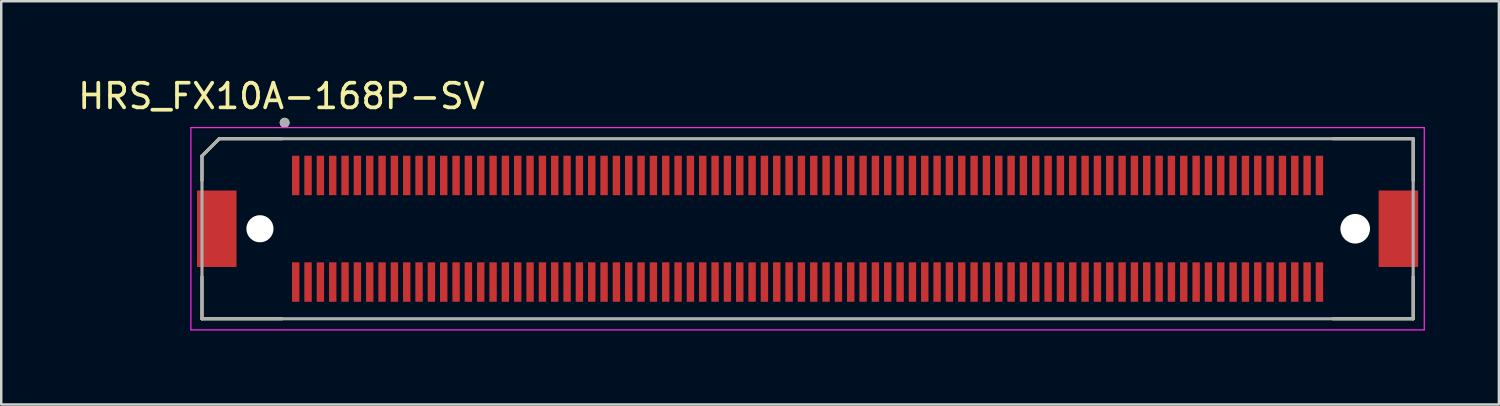
<source format=kicad_pcb>
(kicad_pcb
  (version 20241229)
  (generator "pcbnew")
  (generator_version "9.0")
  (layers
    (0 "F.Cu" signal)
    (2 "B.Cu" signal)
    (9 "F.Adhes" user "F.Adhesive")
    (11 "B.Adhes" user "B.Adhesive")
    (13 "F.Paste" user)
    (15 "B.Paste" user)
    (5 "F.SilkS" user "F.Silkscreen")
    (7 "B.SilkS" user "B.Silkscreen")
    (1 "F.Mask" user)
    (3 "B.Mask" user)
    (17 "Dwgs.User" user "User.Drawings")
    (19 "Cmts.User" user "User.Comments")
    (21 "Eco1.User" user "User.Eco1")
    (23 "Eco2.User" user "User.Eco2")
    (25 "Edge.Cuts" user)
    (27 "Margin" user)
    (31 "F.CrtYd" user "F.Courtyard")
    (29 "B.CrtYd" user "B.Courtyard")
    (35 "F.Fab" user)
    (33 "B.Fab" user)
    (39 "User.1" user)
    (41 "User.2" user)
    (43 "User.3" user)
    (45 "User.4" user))
  (footprint "HRS_FX10A-168P-SV"
    (layer "F.Cu")
    (at 29.688 6.223)
    (property "Reference" "HRS_FX10A-168P-SV" (at -21.325 -5.375 0) (layer "F.SilkS") (effects (font (size 1 1) (thickness 0.15))))
    (attr through_hole)
    (fp_line (start -24.55 -2.95) (end -24.55 -1.95) (stroke (width 0.127) (type solid)) (layer "F.SilkS"))
    (fp_line (start -24.55 -2.95) (end -23.85 -3.65) (stroke (width 0.127) (type solid)) (layer "F.SilkS"))
    (fp_line (start -24.55 3.65) (end -24.55 1.95) (stroke (width 0.127) (type solid)) (layer "F.SilkS"))
    (fp_line (start -23.85 -3.65) (end -21.3 -3.65) (stroke (width 0.127) (type solid)) (layer "F.SilkS"))
    (fp_line (start -21.3 3.65) (end -24.55 3.65) (stroke (width 0.127) (type solid)) (layer "F.SilkS"))
    (fp_line (start 21.3 -3.65) (end 24.55 -3.65) (stroke (width 0.127) (type solid)) (layer "F.SilkS"))
    (fp_line (start 24.55 -3.65) (end 24.55 -1.95) (stroke (width 0.127) (type solid)) (layer "F.SilkS"))
    (fp_line (start 24.55 1.95) (end 24.55 3.65) (stroke (width 0.127) (type solid)) (layer "F.SilkS"))
    (fp_line (start 24.55 3.65) (end 21.3 3.65) (stroke (width 0.127) (type solid)) (layer "F.SilkS"))
    (fp_circle (center -21.2 -4.3) (end -21.1 -4.3) (stroke (width 0.2) (type solid)) (fill no) (layer "F.SilkS"))
    (fp_poly (pts (xy -20.875 -2.961) (xy -20.625 -2.961) (xy -20.625 -1.361) (xy -20.875 -1.361)) (stroke (width 0.01) (type solid)) (fill yes) (layer "F.Paste"))
    (fp_poly (pts (xy -20.875 1.361) (xy -20.625 1.361) (xy -20.625 2.961) (xy -20.875 2.961)) (stroke (width 0.01) (type solid)) (fill yes) (layer "F.Paste"))
    (fp_poly (pts (xy -20.375 -2.961) (xy -20.125 -2.961) (xy -20.125 -1.361) (xy -20.375 -1.361)) (stroke (width 0.01) (type solid)) (fill yes) (layer "F.Paste"))
    (fp_poly (pts (xy -20.375 1.361) (xy -20.125 1.361) (xy -20.125 2.961) (xy -20.375 2.961)) (stroke (width 0.01) (type solid)) (fill yes) (layer "F.Paste"))
    (fp_poly (pts (xy -19.875 -2.961) (xy -19.625 -2.961) (xy -19.625 -1.361) (xy -19.875 -1.361)) (stroke (width 0.01) (type solid)) (fill yes) (layer "F.Paste"))
    (fp_poly (pts (xy -19.875 1.361) (xy -19.625 1.361) (xy -19.625 2.961) (xy -19.875 2.961)) (stroke (width 0.01) (type solid)) (fill yes) (layer "F.Paste"))
    (fp_poly (pts (xy -19.375 -2.961) (xy -19.125 -2.961) (xy -19.125 -1.361) (xy -19.375 -1.361)) (stroke (width 0.01) (type solid)) (fill yes) (layer "F.Paste"))
    (fp_poly (pts (xy -19.375 1.361) (xy -19.125 1.361) (xy -19.125 2.961) (xy -19.375 2.961)) (stroke (width 0.01) (type solid)) (fill yes) (layer "F.Paste"))
    (fp_poly (pts (xy -18.875 -2.961) (xy -18.625 -2.961) (xy -18.625 -1.361) (xy -18.875 -1.361)) (stroke (width 0.01) (type solid)) (fill yes) (layer "F.Paste"))
    (fp_poly (pts (xy -18.875 1.361) (xy -18.625 1.361) (xy -18.625 2.961) (xy -18.875 2.961)) (stroke (width 0.01) (type solid)) (fill yes) (layer "F.Paste"))
    (fp_poly (pts (xy -18.375 -2.961) (xy -18.125 -2.961) (xy -18.125 -1.361) (xy -18.375 -1.361)) (stroke (width 0.01) (type solid)) (fill yes) (layer "F.Paste"))
    (fp_poly (pts (xy -18.375 1.361) (xy -18.125 1.361) (xy -18.125 2.961) (xy -18.375 2.961)) (stroke (width 0.01) (type solid)) (fill yes) (layer "F.Paste"))
    (fp_poly (pts (xy -17.875 -2.961) (xy -17.625 -2.961) (xy -17.625 -1.361) (xy -17.875 -1.361)) (stroke (width 0.01) (type solid)) (fill yes) (layer "F.Paste"))
    (fp_poly (pts (xy -17.875 1.361) (xy -17.625 1.361) (xy -17.625 2.961) (xy -17.875 2.961)) (stroke (width 0.01) (type solid)) (fill yes) (layer "F.Paste"))
    (fp_poly (pts (xy -17.375 -2.961) (xy -17.125 -2.961) (xy -17.125 -1.361) (xy -17.375 -1.361)) (stroke (width 0.01) (type solid)) (fill yes) (layer "F.Paste"))
    (fp_poly (pts (xy -17.375 1.361) (xy -17.125 1.361) (xy -17.125 2.961) (xy -17.375 2.961)) (stroke (width 0.01) (type solid)) (fill yes) (layer "F.Paste"))
    (fp_poly (pts (xy -16.875 -2.961) (xy -16.625 -2.961) (xy -16.625 -1.361) (xy -16.875 -1.361)) (stroke (width 0.01) (type solid)) (fill yes) (layer "F.Paste"))
    (fp_poly (pts (xy -16.875 1.361) (xy -16.625 1.361) (xy -16.625 2.961) (xy -16.875 2.961)) (stroke (width 0.01) (type solid)) (fill yes) (layer "F.Paste"))
    (fp_poly (pts (xy -16.375 -2.961) (xy -16.125 -2.961) (xy -16.125 -1.361) (xy -16.375 -1.361)) (stroke (width 0.01) (type solid)) (fill yes) (layer "F.Paste"))
    (fp_poly (pts (xy -16.375 1.361) (xy -16.125 1.361) (xy -16.125 2.961) (xy -16.375 2.961)) (stroke (width 0.01) (type solid)) (fill yes) (layer "F.Paste"))
    (fp_poly (pts (xy -15.875 -2.961) (xy -15.625 -2.961) (xy -15.625 -1.361) (xy -15.875 -1.361)) (stroke (width 0.01) (type solid)) (fill yes) (layer "F.Paste"))
    (fp_poly (pts (xy -15.875 1.361) (xy -15.625 1.361) (xy -15.625 2.961) (xy -15.875 2.961)) (stroke (width 0.01) (type solid)) (fill yes) (layer "F.Paste"))
    (fp_poly (pts (xy -15.375 -2.961) (xy -15.125 -2.961) (xy -15.125 -1.361) (xy -15.375 -1.361)) (stroke (width 0.01) (type solid)) (fill yes) (layer "F.Paste"))
    (fp_poly (pts (xy -15.375 1.361) (xy -15.125 1.361) (xy -15.125 2.961) (xy -15.375 2.961)) (stroke (width 0.01) (type solid)) (fill yes) (layer "F.Paste"))
    (fp_poly (pts (xy -14.875 -2.961) (xy -14.625 -2.961) (xy -14.625 -1.361) (xy -14.875 -1.361)) (stroke (width 0.01) (type solid)) (fill yes) (layer "F.Paste"))
    (fp_poly (pts (xy -14.875 1.361) (xy -14.625 1.361) (xy -14.625 2.961) (xy -14.875 2.961)) (stroke (width 0.01) (type solid)) (fill yes) (layer "F.Paste"))
    (fp_poly (pts (xy -14.375 -2.961) (xy -14.125 -2.961) (xy -14.125 -1.361) (xy -14.375 -1.361)) (stroke (width 0.01) (type solid)) (fill yes) (layer "F.Paste"))
    (fp_poly (pts (xy -14.375 1.361) (xy -14.125 1.361) (xy -14.125 2.961) (xy -14.375 2.961)) (stroke (width 0.01) (type solid)) (fill yes) (layer "F.Paste"))
    (fp_poly (pts (xy -13.875 -2.961) (xy -13.625 -2.961) (xy -13.625 -1.361) (xy -13.875 -1.361)) (stroke (width 0.01) (type solid)) (fill yes) (layer "F.Paste"))
    (fp_poly (pts (xy -13.875 1.361) (xy -13.625 1.361) (xy -13.625 2.961) (xy -13.875 2.961)) (stroke (width 0.01) (type solid)) (fill yes) (layer "F.Paste"))
    (fp_poly (pts (xy -13.375 -2.961) (xy -13.125 -2.961) (xy -13.125 -1.361) (xy -13.375 -1.361)) (stroke (width 0.01) (type solid)) (fill yes) (layer "F.Paste"))
    (fp_poly (pts (xy -13.375 1.361) (xy -13.125 1.361) (xy -13.125 2.961) (xy -13.375 2.961)) (stroke (width 0.01) (type solid)) (fill yes) (layer "F.Paste"))
    (fp_poly (pts (xy -12.875 -2.961) (xy -12.625 -2.961) (xy -12.625 -1.361) (xy -12.875 -1.361)) (stroke (width 0.01) (type solid)) (fill yes) (layer "F.Paste"))
    (fp_poly (pts (xy -12.875 1.361) (xy -12.625 1.361) (xy -12.625 2.961) (xy -12.875 2.961)) (stroke (width 0.01) (type solid)) (fill yes) (layer "F.Paste"))
    (fp_poly (pts (xy -12.375 -2.961) (xy -12.125 -2.961) (xy -12.125 -1.361) (xy -12.375 -1.361)) (stroke (width 0.01) (type solid)) (fill yes) (layer "F.Paste"))
    (fp_poly (pts (xy -12.375 1.361) (xy -12.125 1.361) (xy -12.125 2.961) (xy -12.375 2.961)) (stroke (width 0.01) (type solid)) (fill yes) (layer "F.Paste"))
    (fp_poly (pts (xy -11.875 -2.961) (xy -11.625 -2.961) (xy -11.625 -1.361) (xy -11.875 -1.361)) (stroke (width 0.01) (type solid)) (fill yes) (layer "F.Paste"))
    (fp_poly (pts (xy -11.875 1.361) (xy -11.625 1.361) (xy -11.625 2.961) (xy -11.875 2.961)) (stroke (width 0.01) (type solid)) (fill yes) (layer "F.Paste"))
    (fp_poly (pts (xy -11.375 -2.961) (xy -11.125 -2.961) (xy -11.125 -1.361) (xy -11.375 -1.361)) (stroke (width 0.01) (type solid)) (fill yes) (layer "F.Paste"))
    (fp_poly (pts (xy -11.375 1.361) (xy -11.125 1.361) (xy -11.125 2.961) (xy -11.375 2.961)) (stroke (width 0.01) (type solid)) (fill yes) (layer "F.Paste"))
    (fp_poly (pts (xy -10.875 -2.961) (xy -10.625 -2.961) (xy -10.625 -1.361) (xy -10.875 -1.361)) (stroke (width 0.01) (type solid)) (fill yes) (layer "F.Paste"))
    (fp_poly (pts (xy -10.875 1.361) (xy -10.625 1.361) (xy -10.625 2.961) (xy -10.875 2.961)) (stroke (width 0.01) (type solid)) (fill yes) (layer "F.Paste"))
    (fp_poly (pts (xy -10.375 -2.961) (xy -10.125 -2.961) (xy -10.125 -1.361) (xy -10.375 -1.361)) (stroke (width 0.01) (type solid)) (fill yes) (layer "F.Paste"))
    (fp_poly (pts (xy -10.375 1.361) (xy -10.125 1.361) (xy -10.125 2.961) (xy -10.375 2.961)) (stroke (width 0.01) (type solid)) (fill yes) (layer "F.Paste"))
    (fp_poly (pts (xy -9.875 -2.961) (xy -9.625 -2.961) (xy -9.625 -1.361) (xy -9.875 -1.361)) (stroke (width 0.01) (type solid)) (fill yes) (layer "F.Paste"))
    (fp_poly (pts (xy -9.875 1.361) (xy -9.625 1.361) (xy -9.625 2.961) (xy -9.875 2.961)) (stroke (width 0.01) (type solid)) (fill yes) (layer "F.Paste"))
    (fp_poly (pts (xy -9.375 -2.961) (xy -9.125 -2.961) (xy -9.125 -1.361) (xy -9.375 -1.361)) (stroke (width 0.01) (type solid)) (fill yes) (layer "F.Paste"))
    (fp_poly (pts (xy -9.375 1.361) (xy -9.125 1.361) (xy -9.125 2.961) (xy -9.375 2.961)) (stroke (width 0.01) (type solid)) (fill yes) (layer "F.Paste"))
    (fp_poly (pts (xy -8.875 -2.961) (xy -8.625 -2.961) (xy -8.625 -1.361) (xy -8.875 -1.361)) (stroke (width 0.01) (type solid)) (fill yes) (layer "F.Paste"))
    (fp_poly (pts (xy -8.875 1.361) (xy -8.625 1.361) (xy -8.625 2.961) (xy -8.875 2.961)) (stroke (width 0.01) (type solid)) (fill yes) (layer "F.Paste"))
    (fp_poly (pts (xy -8.375 -2.961) (xy -8.125 -2.961) (xy -8.125 -1.361) (xy -8.375 -1.361)) (stroke (width 0.01) (type solid)) (fill yes) (layer "F.Paste"))
    (fp_poly (pts (xy -8.375 1.361) (xy -8.125 1.361) (xy -8.125 2.961) (xy -8.375 2.961)) (stroke (width 0.01) (type solid)) (fill yes) (layer "F.Paste"))
    (fp_poly (pts (xy -7.875 -2.961) (xy -7.625 -2.961) (xy -7.625 -1.361) (xy -7.875 -1.361)) (stroke (width 0.01) (type solid)) (fill yes) (layer "F.Paste"))
    (fp_poly (pts (xy -7.875 1.361) (xy -7.625 1.361) (xy -7.625 2.961) (xy -7.875 2.961)) (stroke (width 0.01) (type solid)) (fill yes) (layer "F.Paste"))
    (fp_poly (pts (xy -7.375 -2.961) (xy -7.125 -2.961) (xy -7.125 -1.361) (xy -7.375 -1.361)) (stroke (width 0.01) (type solid)) (fill yes) (layer "F.Paste"))
    (fp_poly (pts (xy -7.375 1.361) (xy -7.125 1.361) (xy -7.125 2.961) (xy -7.375 2.961)) (stroke (width 0.01) (type solid)) (fill yes) (layer "F.Paste"))
    (fp_poly (pts (xy -6.875 -2.961) (xy -6.625 -2.961) (xy -6.625 -1.361) (xy -6.875 -1.361)) (stroke (width 0.01) (type solid)) (fill yes) (layer "F.Paste"))
    (fp_poly (pts (xy -6.875 1.361) (xy -6.625 1.361) (xy -6.625 2.961) (xy -6.875 2.961)) (stroke (width 0.01) (type solid)) (fill yes) (layer "F.Paste"))
    (fp_poly (pts (xy -6.375 -2.961) (xy -6.125 -2.961) (xy -6.125 -1.361) (xy -6.375 -1.361)) (stroke (width 0.01) (type solid)) (fill yes) (layer "F.Paste"))
    (fp_poly (pts (xy -6.375 1.361) (xy -6.125 1.361) (xy -6.125 2.961) (xy -6.375 2.961)) (stroke (width 0.01) (type solid)) (fill yes) (layer "F.Paste"))
    (fp_poly (pts (xy -5.875 -2.961) (xy -5.625 -2.961) (xy -5.625 -1.361) (xy -5.875 -1.361)) (stroke (width 0.01) (type solid)) (fill yes) (layer "F.Paste"))
    (fp_poly (pts (xy -5.875 1.361) (xy -5.625 1.361) (xy -5.625 2.961) (xy -5.875 2.961)) (stroke (width 0.01) (type solid)) (fill yes) (layer "F.Paste"))
    (fp_poly (pts (xy -5.375 -2.961) (xy -5.125 -2.961) (xy -5.125 -1.361) (xy -5.375 -1.361)) (stroke (width 0.01) (type solid)) (fill yes) (layer "F.Paste"))
    (fp_poly (pts (xy -5.375 1.361) (xy -5.125 1.361) (xy -5.125 2.961) (xy -5.375 2.961)) (stroke (width 0.01) (type solid)) (fill yes) (layer "F.Paste"))
    (fp_poly (pts (xy -4.875 -2.961) (xy -4.625 -2.961) (xy -4.625 -1.361) (xy -4.875 -1.361)) (stroke (width 0.01) (type solid)) (fill yes) (layer "F.Paste"))
    (fp_poly (pts (xy -4.875 1.361) (xy -4.625 1.361) (xy -4.625 2.961) (xy -4.875 2.961)) (stroke (width 0.01) (type solid)) (fill yes) (layer "F.Paste"))
    (fp_poly (pts (xy -4.375 -2.961) (xy -4.125 -2.961) (xy -4.125 -1.361) (xy -4.375 -1.361)) (stroke (width 0.01) (type solid)) (fill yes) (layer "F.Paste"))
    (fp_poly (pts (xy -4.375 1.361) (xy -4.125 1.361) (xy -4.125 2.961) (xy -4.375 2.961)) (stroke (width 0.01) (type solid)) (fill yes) (layer "F.Paste"))
    (fp_poly (pts (xy -3.875 -2.961) (xy -3.625 -2.961) (xy -3.625 -1.361) (xy -3.875 -1.361)) (stroke (width 0.01) (type solid)) (fill yes) (layer "F.Paste"))
    (fp_poly (pts (xy -3.875 1.361) (xy -3.625 1.361) (xy -3.625 2.961) (xy -3.875 2.961)) (stroke (width 0.01) (type solid)) (fill yes) (layer "F.Paste"))
    (fp_poly (pts (xy -3.375 -2.961) (xy -3.125 -2.961) (xy -3.125 -1.361) (xy -3.375 -1.361)) (stroke (width 0.01) (type solid)) (fill yes) (layer "F.Paste"))
    (fp_poly (pts (xy -3.375 1.361) (xy -3.125 1.361) (xy -3.125 2.961) (xy -3.375 2.961)) (stroke (width 0.01) (type solid)) (fill yes) (layer "F.Paste"))
    (fp_poly (pts (xy -2.875 -2.961) (xy -2.625 -2.961) (xy -2.625 -1.361) (xy -2.875 -1.361)) (stroke (width 0.01) (type solid)) (fill yes) (layer "F.Paste"))
    (fp_poly (pts (xy -2.875 1.361) (xy -2.625 1.361) (xy -2.625 2.961) (xy -2.875 2.961)) (stroke (width 0.01) (type solid)) (fill yes) (layer "F.Paste"))
    (fp_poly (pts (xy -2.375 -2.961) (xy -2.125 -2.961) (xy -2.125 -1.361) (xy -2.375 -1.361)) (stroke (width 0.01) (type solid)) (fill yes) (layer "F.Paste"))
    (fp_poly (pts (xy -2.375 1.361) (xy -2.125 1.361) (xy -2.125 2.961) (xy -2.375 2.961)) (stroke (width 0.01) (type solid)) (fill yes) (layer "F.Paste"))
    (fp_poly (pts (xy -1.875 -2.961) (xy -1.625 -2.961) (xy -1.625 -1.361) (xy -1.875 -1.361)) (stroke (width 0.01) (type solid)) (fill yes) (layer "F.Paste"))
    (fp_poly (pts (xy -1.875 1.361) (xy -1.625 1.361) (xy -1.625 2.961) (xy -1.875 2.961)) (stroke (width 0.01) (type solid)) (fill yes) (layer "F.Paste"))
    (fp_poly (pts (xy -1.375 -2.961) (xy -1.125 -2.961) (xy -1.125 -1.361) (xy -1.375 -1.361)) (stroke (width 0.01) (type solid)) (fill yes) (layer "F.Paste"))
    (fp_poly (pts (xy -1.375 1.361) (xy -1.125 1.361) (xy -1.125 2.961) (xy -1.375 2.961)) (stroke (width 0.01) (type solid)) (fill yes) (layer "F.Paste"))
    (fp_poly (pts (xy -0.875 -2.961) (xy -0.625 -2.961) (xy -0.625 -1.361) (xy -0.875 -1.361)) (stroke (width 0.01) (type solid)) (fill yes) (layer "F.Paste"))
    (fp_poly (pts (xy -0.875 1.361) (xy -0.625 1.361) (xy -0.625 2.961) (xy -0.875 2.961)) (stroke (width 0.01) (type solid)) (fill yes) (layer "F.Paste"))
    (fp_poly (pts (xy -0.375 -2.961) (xy -0.125 -2.961) (xy -0.125 -1.361) (xy -0.375 -1.361)) (stroke (width 0.01) (type solid)) (fill yes) (layer "F.Paste"))
    (fp_poly (pts (xy -0.375 1.361) (xy -0.125 1.361) (xy -0.125 2.961) (xy -0.375 2.961)) (stroke (width 0.01) (type solid)) (fill yes) (layer "F.Paste"))
    (fp_poly (pts (xy 0.125 -2.961) (xy 0.375 -2.961) (xy 0.375 -1.361) (xy 0.125 -1.361)) (stroke (width 0.01) (type solid)) (fill yes) (layer "F.Paste"))
    (fp_poly (pts (xy 0.125 1.361) (xy 0.375 1.361) (xy 0.375 2.961) (xy 0.125 2.961)) (stroke (width 0.01) (type solid)) (fill yes) (layer "F.Paste"))
    (fp_poly (pts (xy 0.625 -2.961) (xy 0.875 -2.961) (xy 0.875 -1.361) (xy 0.625 -1.361)) (stroke (width 0.01) (type solid)) (fill yes) (layer "F.Paste"))
    (fp_poly (pts (xy 0.625 1.361) (xy 0.875 1.361) (xy 0.875 2.961) (xy 0.625 2.961)) (stroke (width 0.01) (type solid)) (fill yes) (layer "F.Paste"))
    (fp_poly (pts (xy 1.125 -2.961) (xy 1.375 -2.961) (xy 1.375 -1.361) (xy 1.125 -1.361)) (stroke (width 0.01) (type solid)) (fill yes) (layer "F.Paste"))
    (fp_poly (pts (xy 1.125 1.361) (xy 1.375 1.361) (xy 1.375 2.961) (xy 1.125 2.961)) (stroke (width 0.01) (type solid)) (fill yes) (layer "F.Paste"))
    (fp_poly (pts (xy 1.625 -2.961) (xy 1.875 -2.961) (xy 1.875 -1.361) (xy 1.625 -1.361)) (stroke (width 0.01) (type solid)) (fill yes) (layer "F.Paste"))
    (fp_poly (pts (xy 1.625 1.361) (xy 1.875 1.361) (xy 1.875 2.961) (xy 1.625 2.961)) (stroke (width 0.01) (type solid)) (fill yes) (layer "F.Paste"))
    (fp_poly (pts (xy 2.125 -2.961) (xy 2.375 -2.961) (xy 2.375 -1.361) (xy 2.125 -1.361)) (stroke (width 0.01) (type solid)) (fill yes) (layer "F.Paste"))
    (fp_poly (pts (xy 2.125 1.361) (xy 2.375 1.361) (xy 2.375 2.961) (xy 2.125 2.961)) (stroke (width 0.01) (type solid)) (fill yes) (layer "F.Paste"))
    (fp_poly (pts (xy 2.625 -2.961) (xy 2.875 -2.961) (xy 2.875 -1.361) (xy 2.625 -1.361)) (stroke (width 0.01) (type solid)) (fill yes) (layer "F.Paste"))
    (fp_poly (pts (xy 2.625 1.361) (xy 2.875 1.361) (xy 2.875 2.961) (xy 2.625 2.961)) (stroke (width 0.01) (type solid)) (fill yes) (layer "F.Paste"))
    (fp_poly (pts (xy 3.125 -2.961) (xy 3.375 -2.961) (xy 3.375 -1.361) (xy 3.125 -1.361)) (stroke (width 0.01) (type solid)) (fill yes) (layer "F.Paste"))
    (fp_poly (pts (xy 3.125 1.361) (xy 3.375 1.361) (xy 3.375 2.961) (xy 3.125 2.961)) (stroke (width 0.01) (type solid)) (fill yes) (layer "F.Paste"))
    (fp_poly (pts (xy 3.625 -2.961) (xy 3.875 -2.961) (xy 3.875 -1.361) (xy 3.625 -1.361)) (stroke (width 0.01) (type solid)) (fill yes) (layer "F.Paste"))
    (fp_poly (pts (xy 3.625 1.361) (xy 3.875 1.361) (xy 3.875 2.961) (xy 3.625 2.961)) (stroke (width 0.01) (type solid)) (fill yes) (layer "F.Paste"))
    (fp_poly (pts (xy 4.125 -2.961) (xy 4.375 -2.961) (xy 4.375 -1.361) (xy 4.125 -1.361)) (stroke (width 0.01) (type solid)) (fill yes) (layer "F.Paste"))
    (fp_poly (pts (xy 4.125 1.361) (xy 4.375 1.361) (xy 4.375 2.961) (xy 4.125 2.961)) (stroke (width 0.01) (type solid)) (fill yes) (layer "F.Paste"))
    (fp_poly (pts (xy 4.625 -2.961) (xy 4.875 -2.961) (xy 4.875 -1.361) (xy 4.625 -1.361)) (stroke (width 0.01) (type solid)) (fill yes) (layer "F.Paste"))
    (fp_poly (pts (xy 4.625 1.361) (xy 4.875 1.361) (xy 4.875 2.961) (xy 4.625 2.961)) (stroke (width 0.01) (type solid)) (fill yes) (layer "F.Paste"))
    (fp_poly (pts (xy 5.125 -2.961) (xy 5.375 -2.961) (xy 5.375 -1.361) (xy 5.125 -1.361)) (stroke (width 0.01) (type solid)) (fill yes) (layer "F.Paste"))
    (fp_poly (pts (xy 5.125 1.361) (xy 5.375 1.361) (xy 5.375 2.961) (xy 5.125 2.961)) (stroke (width 0.01) (type solid)) (fill yes) (layer "F.Paste"))
    (fp_poly (pts (xy 5.625 -2.961) (xy 5.875 -2.961) (xy 5.875 -1.361) (xy 5.625 -1.361)) (stroke (width 0.01) (type solid)) (fill yes) (layer "F.Paste"))
    (fp_poly (pts (xy 5.625 1.361) (xy 5.875 1.361) (xy 5.875 2.961) (xy 5.625 2.961)) (stroke (width 0.01) (type solid)) (fill yes) (layer "F.Paste"))
    (fp_poly (pts (xy 6.125 -2.961) (xy 6.375 -2.961) (xy 6.375 -1.361) (xy 6.125 -1.361)) (stroke (width 0.01) (type solid)) (fill yes) (layer "F.Paste"))
    (fp_poly (pts (xy 6.125 1.361) (xy 6.375 1.361) (xy 6.375 2.961) (xy 6.125 2.961)) (stroke (width 0.01) (type solid)) (fill yes) (layer "F.Paste"))
    (fp_poly (pts (xy 6.625 -2.961) (xy 6.875 -2.961) (xy 6.875 -1.361) (xy 6.625 -1.361)) (stroke (width 0.01) (type solid)) (fill yes) (layer "F.Paste"))
    (fp_poly (pts (xy 6.625 1.361) (xy 6.875 1.361) (xy 6.875 2.961) (xy 6.625 2.961)) (stroke (width 0.01) (type solid)) (fill yes) (layer "F.Paste"))
    (fp_poly (pts (xy 7.125 -2.961) (xy 7.375 -2.961) (xy 7.375 -1.361) (xy 7.125 -1.361)) (stroke (width 0.01) (type solid)) (fill yes) (layer "F.Paste"))
    (fp_poly (pts (xy 7.125 1.361) (xy 7.375 1.361) (xy 7.375 2.961) (xy 7.125 2.961)) (stroke (width 0.01) (type solid)) (fill yes) (layer "F.Paste"))
    (fp_poly (pts (xy 7.625 -2.961) (xy 7.875 -2.961) (xy 7.875 -1.361) (xy 7.625 -1.361)) (stroke (width 0.01) (type solid)) (fill yes) (layer "F.Paste"))
    (fp_poly (pts (xy 7.625 1.361) (xy 7.875 1.361) (xy 7.875 2.961) (xy 7.625 2.961)) (stroke (width 0.01) (type solid)) (fill yes) (layer "F.Paste"))
    (fp_poly (pts (xy 8.125 -2.961) (xy 8.375 -2.961) (xy 8.375 -1.361) (xy 8.125 -1.361)) (stroke (width 0.01) (type solid)) (fill yes) (layer "F.Paste"))
    (fp_poly (pts (xy 8.125 1.361) (xy 8.375 1.361) (xy 8.375 2.961) (xy 8.125 2.961)) (stroke (width 0.01) (type solid)) (fill yes) (layer "F.Paste"))
    (fp_poly (pts (xy 8.625 -2.961) (xy 8.875 -2.961) (xy 8.875 -1.361) (xy 8.625 -1.361)) (stroke (width 0.01) (type solid)) (fill yes) (layer "F.Paste"))
    (fp_poly (pts (xy 8.625 1.361) (xy 8.875 1.361) (xy 8.875 2.961) (xy 8.625 2.961)) (stroke (width 0.01) (type solid)) (fill yes) (layer "F.Paste"))
    (fp_poly (pts (xy 9.125 -2.961) (xy 9.375 -2.961) (xy 9.375 -1.361) (xy 9.125 -1.361)) (stroke (width 0.01) (type solid)) (fill yes) (layer "F.Paste"))
    (fp_poly (pts (xy 9.125 1.361) (xy 9.375 1.361) (xy 9.375 2.961) (xy 9.125 2.961)) (stroke (width 0.01) (type solid)) (fill yes) (layer "F.Paste"))
    (fp_poly (pts (xy 9.625 -2.961) (xy 9.875 -2.961) (xy 9.875 -1.361) (xy 9.625 -1.361)) (stroke (width 0.01) (type solid)) (fill yes) (layer "F.Paste"))
    (fp_poly (pts (xy 9.625 1.361) (xy 9.875 1.361) (xy 9.875 2.961) (xy 9.625 2.961)) (stroke (width 0.01) (type solid)) (fill yes) (layer "F.Paste"))
    (fp_poly (pts (xy 10.125 -2.961) (xy 10.375 -2.961) (xy 10.375 -1.361) (xy 10.125 -1.361)) (stroke (width 0.01) (type solid)) (fill yes) (layer "F.Paste"))
    (fp_poly (pts (xy 10.125 1.361) (xy 10.375 1.361) (xy 10.375 2.961) (xy 10.125 2.961)) (stroke (width 0.01) (type solid)) (fill yes) (layer "F.Paste"))
    (fp_poly (pts (xy 10.625 -2.961) (xy 10.875 -2.961) (xy 10.875 -1.361) (xy 10.625 -1.361)) (stroke (width 0.01) (type solid)) (fill yes) (layer "F.Paste"))
    (fp_poly (pts (xy 10.625 1.361) (xy 10.875 1.361) (xy 10.875 2.961) (xy 10.625 2.961)) (stroke (width 0.01) (type solid)) (fill yes) (layer "F.Paste"))
    (fp_poly (pts (xy 11.125 -2.961) (xy 11.375 -2.961) (xy 11.375 -1.361) (xy 11.125 -1.361)) (stroke (width 0.01) (type solid)) (fill yes) (layer "F.Paste"))
    (fp_poly (pts (xy 11.125 1.361) (xy 11.375 1.361) (xy 11.375 2.961) (xy 11.125 2.961)) (stroke (width 0.01) (type solid)) (fill yes) (layer "F.Paste"))
    (fp_poly (pts (xy 11.625 -2.961) (xy 11.875 -2.961) (xy 11.875 -1.361) (xy 11.625 -1.361)) (stroke (width 0.01) (type solid)) (fill yes) (layer "F.Paste"))
    (fp_poly (pts (xy 11.625 1.361) (xy 11.875 1.361) (xy 11.875 2.961) (xy 11.625 2.961)) (stroke (width 0.01) (type solid)) (fill yes) (layer "F.Paste"))
    (fp_poly (pts (xy 12.125 -2.961) (xy 12.375 -2.961) (xy 12.375 -1.361) (xy 12.125 -1.361)) (stroke (width 0.01) (type solid)) (fill yes) (layer "F.Paste"))
    (fp_poly (pts (xy 12.125 1.361) (xy 12.375 1.361) (xy 12.375 2.961) (xy 12.125 2.961)) (stroke (width 0.01) (type solid)) (fill yes) (layer "F.Paste"))
    (fp_poly (pts (xy 12.625 -2.961) (xy 12.875 -2.961) (xy 12.875 -1.361) (xy 12.625 -1.361)) (stroke (width 0.01) (type solid)) (fill yes) (layer "F.Paste"))
    (fp_poly (pts (xy 12.625 1.361) (xy 12.875 1.361) (xy 12.875 2.961) (xy 12.625 2.961)) (stroke (width 0.01) (type solid)) (fill yes) (layer "F.Paste"))
    (fp_poly (pts (xy 13.125 -2.961) (xy 13.375 -2.961) (xy 13.375 -1.361) (xy 13.125 -1.361)) (stroke (width 0.01) (type solid)) (fill yes) (layer "F.Paste"))
    (fp_poly (pts (xy 13.125 1.361) (xy 13.375 1.361) (xy 13.375 2.961) (xy 13.125 2.961)) (stroke (width 0.01) (type solid)) (fill yes) (layer "F.Paste"))
    (fp_poly (pts (xy 13.625 -2.961) (xy 13.875 -2.961) (xy 13.875 -1.361) (xy 13.625 -1.361)) (stroke (width 0.01) (type solid)) (fill yes) (layer "F.Paste"))
    (fp_poly (pts (xy 13.625 1.361) (xy 13.875 1.361) (xy 13.875 2.961) (xy 13.625 2.961)) (stroke (width 0.01) (type solid)) (fill yes) (layer "F.Paste"))
    (fp_poly (pts (xy 14.125 -2.961) (xy 14.375 -2.961) (xy 14.375 -1.361) (xy 14.125 -1.361)) (stroke (width 0.01) (type solid)) (fill yes) (layer "F.Paste"))
    (fp_poly (pts (xy 14.125 1.361) (xy 14.375 1.361) (xy 14.375 2.961) (xy 14.125 2.961)) (stroke (width 0.01) (type solid)) (fill yes) (layer "F.Paste"))
    (fp_poly (pts (xy 14.625 -2.961) (xy 14.875 -2.961) (xy 14.875 -1.361) (xy 14.625 -1.361)) (stroke (width 0.01) (type solid)) (fill yes) (layer "F.Paste"))
    (fp_poly (pts (xy 14.625 1.361) (xy 14.875 1.361) (xy 14.875 2.961) (xy 14.625 2.961)) (stroke (width 0.01) (type solid)) (fill yes) (layer "F.Paste"))
    (fp_poly (pts (xy 15.125 -2.961) (xy 15.375 -2.961) (xy 15.375 -1.361) (xy 15.125 -1.361)) (stroke (width 0.01) (type solid)) (fill yes) (layer "F.Paste"))
    (fp_poly (pts (xy 15.125 1.361) (xy 15.375 1.361) (xy 15.375 2.961) (xy 15.125 2.961)) (stroke (width 0.01) (type solid)) (fill yes) (layer "F.Paste"))
    (fp_poly (pts (xy 15.625 -2.961) (xy 15.875 -2.961) (xy 15.875 -1.361) (xy 15.625 -1.361)) (stroke (width 0.01) (type solid)) (fill yes) (layer "F.Paste"))
    (fp_poly (pts (xy 15.625 1.361) (xy 15.875 1.361) (xy 15.875 2.961) (xy 15.625 2.961)) (stroke (width 0.01) (type solid)) (fill yes) (layer "F.Paste"))
    (fp_poly (pts (xy 16.125 -2.961) (xy 16.375 -2.961) (xy 16.375 -1.361) (xy 16.125 -1.361)) (stroke (width 0.01) (type solid)) (fill yes) (layer "F.Paste"))
    (fp_poly (pts (xy 16.125 1.361) (xy 16.375 1.361) (xy 16.375 2.961) (xy 16.125 2.961)) (stroke (width 0.01) (type solid)) (fill yes) (layer "F.Paste"))
    (fp_poly (pts (xy 16.625 -2.961) (xy 16.875 -2.961) (xy 16.875 -1.361) (xy 16.625 -1.361)) (stroke (width 0.01) (type solid)) (fill yes) (layer "F.Paste"))
    (fp_poly (pts (xy 16.625 1.361) (xy 16.875 1.361) (xy 16.875 2.961) (xy 16.625 2.961)) (stroke (width 0.01) (type solid)) (fill yes) (layer "F.Paste"))
    (fp_poly (pts (xy 17.125 -2.961) (xy 17.375 -2.961) (xy 17.375 -1.361) (xy 17.125 -1.361)) (stroke (width 0.01) (type solid)) (fill yes) (layer "F.Paste"))
    (fp_poly (pts (xy 17.125 1.361) (xy 17.375 1.361) (xy 17.375 2.961) (xy 17.125 2.961)) (stroke (width 0.01) (type solid)) (fill yes) (layer "F.Paste"))
    (fp_poly (pts (xy 17.625 -2.961) (xy 17.875 -2.961) (xy 17.875 -1.361) (xy 17.625 -1.361)) (stroke (width 0.01) (type solid)) (fill yes) (layer "F.Paste"))
    (fp_poly (pts (xy 17.625 1.361) (xy 17.875 1.361) (xy 17.875 2.961) (xy 17.625 2.961)) (stroke (width 0.01) (type solid)) (fill yes) (layer "F.Paste"))
    (fp_poly (pts (xy 18.125 -2.961) (xy 18.375 -2.961) (xy 18.375 -1.361) (xy 18.125 -1.361)) (stroke (width 0.01) (type solid)) (fill yes) (layer "F.Paste"))
    (fp_poly (pts (xy 18.125 1.361) (xy 18.375 1.361) (xy 18.375 2.961) (xy 18.125 2.961)) (stroke (width 0.01) (type solid)) (fill yes) (layer "F.Paste"))
    (fp_poly (pts (xy 18.625 -2.961) (xy 18.875 -2.961) (xy 18.875 -1.361) (xy 18.625 -1.361)) (stroke (width 0.01) (type solid)) (fill yes) (layer "F.Paste"))
    (fp_poly (pts (xy 18.625 1.361) (xy 18.875 1.361) (xy 18.875 2.961) (xy 18.625 2.961)) (stroke (width 0.01) (type solid)) (fill yes) (layer "F.Paste"))
    (fp_poly (pts (xy 19.125 -2.961) (xy 19.375 -2.961) (xy 19.375 -1.361) (xy 19.125 -1.361)) (stroke (width 0.01) (type solid)) (fill yes) (layer "F.Paste"))
    (fp_poly (pts (xy 19.125 1.361) (xy 19.375 1.361) (xy 19.375 2.961) (xy 19.125 2.961)) (stroke (width 0.01) (type solid)) (fill yes) (layer "F.Paste"))
    (fp_poly (pts (xy 19.625 -2.961) (xy 19.875 -2.961) (xy 19.875 -1.361) (xy 19.625 -1.361)) (stroke (width 0.01) (type solid)) (fill yes) (layer "F.Paste"))
    (fp_poly (pts (xy 19.625 1.361) (xy 19.875 1.361) (xy 19.875 2.961) (xy 19.625 2.961)) (stroke (width 0.01) (type solid)) (fill yes) (layer "F.Paste"))
    (fp_poly (pts (xy 20.125 -2.961) (xy 20.375 -2.961) (xy 20.375 -1.361) (xy 20.125 -1.361)) (stroke (width 0.01) (type solid)) (fill yes) (layer "F.Paste"))
    (fp_poly (pts (xy 20.125 1.361) (xy 20.375 1.361) (xy 20.375 2.961) (xy 20.125 2.961)) (stroke (width 0.01) (type solid)) (fill yes) (layer "F.Paste"))
    (fp_poly (pts (xy 20.625 -2.961) (xy 20.875 -2.961) (xy 20.875 -1.361) (xy 20.625 -1.361)) (stroke (width 0.01) (type solid)) (fill yes) (layer "F.Paste"))
    (fp_poly (pts (xy 20.625 1.361) (xy 20.875 1.361) (xy 20.875 2.961) (xy 20.625 2.961)) (stroke (width 0.01) (type solid)) (fill yes) (layer "F.Paste"))
    (fp_line (start -25 -4.1) (end 25 -4.1) (stroke (width 0.05) (type solid)) (layer "F.CrtYd"))
    (fp_line (start -25 4.1) (end -25 -4.1) (stroke (width 0.05) (type solid)) (layer "F.CrtYd"))
    (fp_line (start 25 -4.1) (end 25 4.1) (stroke (width 0.05) (type solid)) (layer "F.CrtYd"))
    (fp_line (start 25 4.1) (end -25 4.1) (stroke (width 0.05) (type solid)) (layer "F.CrtYd"))
    (fp_line (start -24.55 -2.95) (end -23.85 -3.65) (stroke (width 0.127) (type solid)) (layer "F.Fab"))
    (fp_line (start -24.55 3.65) (end -24.55 -2.95) (stroke (width 0.127) (type solid)) (layer "F.Fab"))
    (fp_line (start -23.85 -3.65) (end 24.55 -3.65) (stroke (width 0.127) (type solid)) (layer "F.Fab"))
    (fp_line (start 24.55 -3.65) (end 24.55 3.65) (stroke (width 0.127) (type solid)) (layer "F.Fab"))
    (fp_line (start 24.55 3.65) (end -24.55 3.65) (stroke (width 0.127) (type solid)) (layer "F.Fab"))
    (fp_circle (center -21.2 -4.3) (end -21.1 -4.3) (stroke (width 0.2) (type solid)) (fill no) (layer "F.Fab"))
    (pad "" np_thru_hole circle (at -22.2 0) (size 1.1 1.1) (drill 1.1) (layers "*.Cu" "*.Mask"))
    (pad "" np_thru_hole circle (at 22.2 0) (size 1.2 1.2) (drill 1.2) (layers "*.Cu" "*.Mask"))
    (pad "1" smd rect (at -20.75 -2.161) (size 0.3 1.6) (layers "F.Cu" "F.Mask"))
    (pad "2" smd rect (at -20.75 2.161) (size 0.3 1.6) (layers "F.Cu" "F.Mask"))
    (pad "3" smd rect (at -20.25 -2.161) (size 0.3 1.6) (layers "F.Cu" "F.Mask"))
    (pad "4" smd rect (at -20.25 2.161) (size 0.3 1.6) (layers "F.Cu" "F.Mask"))
    (pad "5" smd rect (at -19.75 -2.161) (size 0.3 1.6) (layers "F.Cu" "F.Mask"))
    (pad "6" smd rect (at -19.75 2.161) (size 0.3 1.6) (layers "F.Cu" "F.Mask"))
    (pad "7" smd rect (at -19.25 -2.161) (size 0.3 1.6) (layers "F.Cu" "F.Mask"))
    (pad "8" smd rect (at -19.25 2.161) (size 0.3 1.6) (layers "F.Cu" "F.Mask"))
    (pad "9" smd rect (at -18.75 -2.161) (size 0.3 1.6) (layers "F.Cu" "F.Mask"))
    (pad "10" smd rect (at -18.75 2.161) (size 0.3 1.6) (layers "F.Cu" "F.Mask"))
    (pad "11" smd rect (at -18.25 -2.161) (size 0.3 1.6) (layers "F.Cu" "F.Mask"))
    (pad "12" smd rect (at -18.25 2.161) (size 0.3 1.6) (layers "F.Cu" "F.Mask"))
    (pad "13" smd rect (at -17.75 -2.161) (size 0.3 1.6) (layers "F.Cu" "F.Mask"))
    (pad "14" smd rect (at -17.75 2.161) (size 0.3 1.6) (layers "F.Cu" "F.Mask"))
    (pad "15" smd rect (at -17.25 -2.161) (size 0.3 1.6) (layers "F.Cu" "F.Mask"))
    (pad "16" smd rect (at -17.25 2.161) (size 0.3 1.6) (layers "F.Cu" "F.Mask"))
    (pad "17" smd rect (at -16.75 -2.161) (size 0.3 1.6) (layers "F.Cu" "F.Mask"))
    (pad "18" smd rect (at -16.75 2.161) (size 0.3 1.6) (layers "F.Cu" "F.Mask"))
    (pad "19" smd rect (at -16.25 -2.161) (size 0.3 1.6) (layers "F.Cu" "F.Mask"))
    (pad "20" smd rect (at -16.25 2.161) (size 0.3 1.6) (layers "F.Cu" "F.Mask"))
    (pad "21" smd rect (at -15.75 -2.161) (size 0.3 1.6) (layers "F.Cu" "F.Mask"))
    (pad "22" smd rect (at -15.75 2.161) (size 0.3 1.6) (layers "F.Cu" "F.Mask"))
    (pad "23" smd rect (at -15.25 -2.161) (size 0.3 1.6) (layers "F.Cu" "F.Mask"))
    (pad "24" smd rect (at -15.25 2.161) (size 0.3 1.6) (layers "F.Cu" "F.Mask"))
    (pad "25" smd rect (at -14.75 -2.161) (size 0.3 1.6) (layers "F.Cu" "F.Mask"))
    (pad "26" smd rect (at -14.75 2.161) (size 0.3 1.6) (layers "F.Cu" "F.Mask"))
    (pad "27" smd rect (at -14.25 -2.161) (size 0.3 1.6) (layers "F.Cu" "F.Mask"))
    (pad "28" smd rect (at -14.25 2.161) (size 0.3 1.6) (layers "F.Cu" "F.Mask"))
    (pad "29" smd rect (at -13.75 -2.161) (size 0.3 1.6) (layers "F.Cu" "F.Mask"))
    (pad "30" smd rect (at -13.75 2.161) (size 0.3 1.6) (layers "F.Cu" "F.Mask"))
    (pad "31" smd rect (at -13.25 -2.161) (size 0.3 1.6) (layers "F.Cu" "F.Mask"))
    (pad "32" smd rect (at -13.25 2.161) (size 0.3 1.6) (layers "F.Cu" "F.Mask"))
    (pad "33" smd rect (at -12.75 -2.161) (size 0.3 1.6) (layers "F.Cu" "F.Mask"))
    (pad "34" smd rect (at -12.75 2.161) (size 0.3 1.6) (layers "F.Cu" "F.Mask"))
    (pad "35" smd rect (at -12.25 -2.161) (size 0.3 1.6) (layers "F.Cu" "F.Mask"))
    (pad "36" smd rect (at -12.25 2.161) (size 0.3 1.6) (layers "F.Cu" "F.Mask"))
    (pad "37" smd rect (at -11.75 -2.161) (size 0.3 1.6) (layers "F.Cu" "F.Mask"))
    (pad "38" smd rect (at -11.75 2.161) (size 0.3 1.6) (layers "F.Cu" "F.Mask"))
    (pad "39" smd rect (at -11.25 -2.161) (size 0.3 1.6) (layers "F.Cu" "F.Mask"))
    (pad "40" smd rect (at -11.25 2.161) (size 0.3 1.6) (layers "F.Cu" "F.Mask"))
    (pad "41" smd rect (at -10.75 -2.161) (size 0.3 1.6) (layers "F.Cu" "F.Mask"))
    (pad "42" smd rect (at -10.75 2.161) (size 0.3 1.6) (layers "F.Cu" "F.Mask"))
    (pad "43" smd rect (at -10.25 -2.161) (size 0.3 1.6) (layers "F.Cu" "F.Mask"))
    (pad "44" smd rect (at -10.25 2.161) (size 0.3 1.6) (layers "F.Cu" "F.Mask"))
    (pad "45" smd rect (at -9.75 -2.161) (size 0.3 1.6) (layers "F.Cu" "F.Mask"))
    (pad "46" smd rect (at -9.75 2.161) (size 0.3 1.6) (layers "F.Cu" "F.Mask"))
    (pad "47" smd rect (at -9.25 -2.161) (size 0.3 1.6) (layers "F.Cu" "F.Mask"))
    (pad "48" smd rect (at -9.25 2.161) (size 0.3 1.6) (layers "F.Cu" "F.Mask"))
    (pad "49" smd rect (at -8.75 -2.161) (size 0.3 1.6) (layers "F.Cu" "F.Mask"))
    (pad "50" smd rect (at -8.75 2.161) (size 0.3 1.6) (layers "F.Cu" "F.Mask"))
    (pad "51" smd rect (at -8.25 -2.161) (size 0.3 1.6) (layers "F.Cu" "F.Mask"))
    (pad "52" smd rect (at -8.25 2.161) (size 0.3 1.6) (layers "F.Cu" "F.Mask"))
    (pad "53" smd rect (at -7.75 -2.161) (size 0.3 1.6) (layers "F.Cu" "F.Mask"))
    (pad "54" smd rect (at -7.75 2.161) (size 0.3 1.6) (layers "F.Cu" "F.Mask"))
    (pad "55" smd rect (at -7.25 -2.161) (size 0.3 1.6) (layers "F.Cu" "F.Mask"))
    (pad "56" smd rect (at -7.25 2.161) (size 0.3 1.6) (layers "F.Cu" "F.Mask"))
    (pad "57" smd rect (at -6.75 -2.161) (size 0.3 1.6) (layers "F.Cu" "F.Mask"))
    (pad "58" smd rect (at -6.75 2.161) (size 0.3 1.6) (layers "F.Cu" "F.Mask"))
    (pad "59" smd rect (at -6.25 -2.161) (size 0.3 1.6) (layers "F.Cu" "F.Mask"))
    (pad "60" smd rect (at -6.25 2.161) (size 0.3 1.6) (layers "F.Cu" "F.Mask"))
    (pad "61" smd rect (at -5.75 -2.161) (size 0.3 1.6) (layers "F.Cu" "F.Mask"))
    (pad "62" smd rect (at -5.75 2.161) (size 0.3 1.6) (layers "F.Cu" "F.Mask"))
    (pad "63" smd rect (at -5.25 -2.161) (size 0.3 1.6) (layers "F.Cu" "F.Mask"))
    (pad "64" smd rect (at -5.25 2.161) (size 0.3 1.6) (layers "F.Cu" "F.Mask"))
    (pad "65" smd rect (at -4.75 -2.161) (size 0.3 1.6) (layers "F.Cu" "F.Mask"))
    (pad "66" smd rect (at -4.75 2.161) (size 0.3 1.6) (layers "F.Cu" "F.Mask"))
    (pad "67" smd rect (at -4.25 -2.161) (size 0.3 1.6) (layers "F.Cu" "F.Mask"))
    (pad "68" smd rect (at -4.25 2.161) (size 0.3 1.6) (layers "F.Cu" "F.Mask"))
    (pad "69" smd rect (at -3.75 -2.161) (size 0.3 1.6) (layers "F.Cu" "F.Mask"))
    (pad "70" smd rect (at -3.75 2.161) (size 0.3 1.6) (layers "F.Cu" "F.Mask"))
    (pad "71" smd rect (at -3.25 -2.161) (size 0.3 1.6) (layers "F.Cu" "F.Mask"))
    (pad "72" smd rect (at -3.25 2.161) (size 0.3 1.6) (layers "F.Cu" "F.Mask"))
    (pad "73" smd rect (at -2.75 -2.161) (size 0.3 1.6) (layers "F.Cu" "F.Mask"))
    (pad "74" smd rect (at -2.75 2.161) (size 0.3 1.6) (layers "F.Cu" "F.Mask"))
    (pad "75" smd rect (at -2.25 -2.161) (size 0.3 1.6) (layers "F.Cu" "F.Mask"))
    (pad "76" smd rect (at -2.25 2.161) (size 0.3 1.6) (layers "F.Cu" "F.Mask"))
    (pad "77" smd rect (at -1.75 -2.161) (size 0.3 1.6) (layers "F.Cu" "F.Mask"))
    (pad "78" smd rect (at -1.75 2.161) (size 0.3 1.6) (layers "F.Cu" "F.Mask"))
    (pad "79" smd rect (at -1.25 -2.161) (size 0.3 1.6) (layers "F.Cu" "F.Mask"))
    (pad "80" smd rect (at -1.25 2.161) (size 0.3 1.6) (layers "F.Cu" "F.Mask"))
    (pad "81" smd rect (at -0.75 -2.161) (size 0.3 1.6) (layers "F.Cu" "F.Mask"))
    (pad "82" smd rect (at -0.75 2.161) (size 0.3 1.6) (layers "F.Cu" "F.Mask"))
    (pad "83" smd rect (at -0.25 -2.161) (size 0.3 1.6) (layers "F.Cu" "F.Mask"))
    (pad "84" smd rect (at -0.25 2.161) (size 0.3 1.6) (layers "F.Cu" "F.Mask"))
    (pad "85" smd rect (at 0.25 -2.161) (size 0.3 1.6) (layers "F.Cu" "F.Mask"))
    (pad "86" smd rect (at 0.25 2.161) (size 0.3 1.6) (layers "F.Cu" "F.Mask"))
    (pad "87" smd rect (at 0.75 -2.161) (size 0.3 1.6) (layers "F.Cu" "F.Mask"))
    (pad "88" smd rect (at 0.75 2.161) (size 0.3 1.6) (layers "F.Cu" "F.Mask"))
    (pad "89" smd rect (at 1.25 -2.161) (size 0.3 1.6) (layers "F.Cu" "F.Mask"))
    (pad "90" smd rect (at 1.25 2.161) (size 0.3 1.6) (layers "F.Cu" "F.Mask"))
    (pad "91" smd rect (at 1.75 -2.161) (size 0.3 1.6) (layers "F.Cu" "F.Mask"))
    (pad "92" smd rect (at 1.75 2.161) (size 0.3 1.6) (layers "F.Cu" "F.Mask"))
    (pad "93" smd rect (at 2.25 -2.161) (size 0.3 1.6) (layers "F.Cu" "F.Mask"))
    (pad "94" smd rect (at 2.25 2.161) (size 0.3 1.6) (layers "F.Cu" "F.Mask"))
    (pad "95" smd rect (at 2.75 -2.161) (size 0.3 1.6) (layers "F.Cu" "F.Mask"))
    (pad "96" smd rect (at 2.75 2.161) (size 0.3 1.6) (layers "F.Cu" "F.Mask"))
    (pad "97" smd rect (at 3.25 -2.161) (size 0.3 1.6) (layers "F.Cu" "F.Mask"))
    (pad "98" smd rect (at 3.25 2.161) (size 0.3 1.6) (layers "F.Cu" "F.Mask"))
    (pad "99" smd rect (at 3.75 -2.161) (size 0.3 1.6) (layers "F.Cu" "F.Mask"))
    (pad "100" smd rect (at 3.75 2.161) (size 0.3 1.6) (layers "F.Cu" "F.Mask"))
    (pad "101" smd rect (at 4.25 -2.161) (size 0.3 1.6) (layers "F.Cu" "F.Mask"))
    (pad "102" smd rect (at 4.25 2.161) (size 0.3 1.6) (layers "F.Cu" "F.Mask"))
    (pad "103" smd rect (at 4.75 -2.161) (size 0.3 1.6) (layers "F.Cu" "F.Mask"))
    (pad "104" smd rect (at 4.75 2.161) (size 0.3 1.6) (layers "F.Cu" "F.Mask"))
    (pad "105" smd rect (at 5.25 -2.161) (size 0.3 1.6) (layers "F.Cu" "F.Mask"))
    (pad "106" smd rect (at 5.25 2.161) (size 0.3 1.6) (layers "F.Cu" "F.Mask"))
    (pad "107" smd rect (at 5.75 -2.161) (size 0.3 1.6) (layers "F.Cu" "F.Mask"))
    (pad "108" smd rect (at 5.75 2.161) (size 0.3 1.6) (layers "F.Cu" "F.Mask"))
    (pad "109" smd rect (at 6.25 -2.161) (size 0.3 1.6) (layers "F.Cu" "F.Mask"))
    (pad "110" smd rect (at 6.25 2.161) (size 0.3 1.6) (layers "F.Cu" "F.Mask"))
    (pad "111" smd rect (at 6.75 -2.161) (size 0.3 1.6) (layers "F.Cu" "F.Mask"))
    (pad "112" smd rect (at 6.75 2.161) (size 0.3 1.6) (layers "F.Cu" "F.Mask"))
    (pad "113" smd rect (at 7.25 -2.161) (size 0.3 1.6) (layers "F.Cu" "F.Mask"))
    (pad "114" smd rect (at 7.25 2.161) (size 0.3 1.6) (layers "F.Cu" "F.Mask"))
    (pad "115" smd rect (at 7.75 -2.161) (size 0.3 1.6) (layers "F.Cu" "F.Mask"))
    (pad "116" smd rect (at 7.75 2.161) (size 0.3 1.6) (layers "F.Cu" "F.Mask"))
    (pad "117" smd rect (at 8.25 -2.161) (size 0.3 1.6) (layers "F.Cu" "F.Mask"))
    (pad "118" smd rect (at 8.25 2.161) (size 0.3 1.6) (layers "F.Cu" "F.Mask"))
    (pad "119" smd rect (at 8.75 -2.161) (size 0.3 1.6) (layers "F.Cu" "F.Mask"))
    (pad "120" smd rect (at 8.75 2.161) (size 0.3 1.6) (layers "F.Cu" "F.Mask"))
    (pad "121" smd rect (at 9.25 -2.161) (size 0.3 1.6) (layers "F.Cu" "F.Mask"))
    (pad "122" smd rect (at 9.25 2.161) (size 0.3 1.6) (layers "F.Cu" "F.Mask"))
    (pad "123" smd rect (at 9.75 -2.161) (size 0.3 1.6) (layers "F.Cu" "F.Mask"))
    (pad "124" smd rect (at 9.75 2.161) (size 0.3 1.6) (layers "F.Cu" "F.Mask"))
    (pad "125" smd rect (at 10.25 -2.161) (size 0.3 1.6) (layers "F.Cu" "F.Mask"))
    (pad "126" smd rect (at 10.25 2.161) (size 0.3 1.6) (layers "F.Cu" "F.Mask"))
    (pad "127" smd rect (at 10.75 -2.161) (size 0.3 1.6) (layers "F.Cu" "F.Mask"))
    (pad "128" smd rect (at 10.75 2.161) (size 0.3 1.6) (layers "F.Cu" "F.Mask"))
    (pad "129" smd rect (at 11.25 -2.161) (size 0.3 1.6) (layers "F.Cu" "F.Mask"))
    (pad "130" smd rect (at 11.25 2.161) (size 0.3 1.6) (layers "F.Cu" "F.Mask"))
    (pad "131" smd rect (at 11.75 -2.161) (size 0.3 1.6) (layers "F.Cu" "F.Mask"))
    (pad "132" smd rect (at 11.75 2.161) (size 0.3 1.6) (layers "F.Cu" "F.Mask"))
    (pad "133" smd rect (at 12.25 -2.161) (size 0.3 1.6) (layers "F.Cu" "F.Mask"))
    (pad "134" smd rect (at 12.25 2.161) (size 0.3 1.6) (layers "F.Cu" "F.Mask"))
    (pad "135" smd rect (at 12.75 -2.161) (size 0.3 1.6) (layers "F.Cu" "F.Mask"))
    (pad "136" smd rect (at 12.75 2.161) (size 0.3 1.6) (layers "F.Cu" "F.Mask"))
    (pad "137" smd rect (at 13.25 -2.161) (size 0.3 1.6) (layers "F.Cu" "F.Mask"))
    (pad "138" smd rect (at 13.25 2.161) (size 0.3 1.6) (layers "F.Cu" "F.Mask"))
    (pad "139" smd rect (at 13.75 -2.161) (size 0.3 1.6) (layers "F.Cu" "F.Mask"))
    (pad "140" smd rect (at 13.75 2.161) (size 0.3 1.6) (layers "F.Cu" "F.Mask"))
    (pad "141" smd rect (at 14.25 -2.161) (size 0.3 1.6) (layers "F.Cu" "F.Mask"))
    (pad "142" smd rect (at 14.25 2.161) (size 0.3 1.6) (layers "F.Cu" "F.Mask"))
    (pad "143" smd rect (at 14.75 -2.161) (size 0.3 1.6) (layers "F.Cu" "F.Mask"))
    (pad "144" smd rect (at 14.75 2.161) (size 0.3 1.6) (layers "F.Cu" "F.Mask"))
    (pad "145" smd rect (at 15.25 -2.161) (size 0.3 1.6) (layers "F.Cu" "F.Mask"))
    (pad "146" smd rect (at 15.25 2.161) (size 0.3 1.6) (layers "F.Cu" "F.Mask"))
    (pad "147" smd rect (at 15.75 -2.161) (size 0.3 1.6) (layers "F.Cu" "F.Mask"))
    (pad "148" smd rect (at 15.75 2.161) (size 0.3 1.6) (layers "F.Cu" "F.Mask"))
    (pad "149" smd rect (at 16.25 -2.161) (size 0.3 1.6) (layers "F.Cu" "F.Mask"))
    (pad "150" smd rect (at 16.25 2.161) (size 0.3 1.6) (layers "F.Cu" "F.Mask"))
    (pad "151" smd rect (at 16.75 -2.161) (size 0.3 1.6) (layers "F.Cu" "F.Mask"))
    (pad "152" smd rect (at 16.75 2.161) (size 0.3 1.6) (layers "F.Cu" "F.Mask"))
    (pad "153" smd rect (at 17.25 -2.161) (size 0.3 1.6) (layers "F.Cu" "F.Mask"))
    (pad "154" smd rect (at 17.25 2.161) (size 0.3 1.6) (layers "F.Cu" "F.Mask"))
    (pad "155" smd rect (at 17.75 -2.161) (size 0.3 1.6) (layers "F.Cu" "F.Mask"))
    (pad "156" smd rect (at 17.75 2.161) (size 0.3 1.6) (layers "F.Cu" "F.Mask"))
    (pad "157" smd rect (at 18.25 -2.161) (size 0.3 1.6) (layers "F.Cu" "F.Mask"))
    (pad "158" smd rect (at 18.25 2.161) (size 0.3 1.6) (layers "F.Cu" "F.Mask"))
    (pad "159" smd rect (at 18.75 -2.161) (size 0.3 1.6) (layers "F.Cu" "F.Mask"))
    (pad "160" smd rect (at 18.75 2.161) (size 0.3 1.6) (layers "F.Cu" "F.Mask"))
    (pad "161" smd rect (at 19.25 -2.161) (size 0.3 1.6) (layers "F.Cu" "F.Mask"))
    (pad "162" smd rect (at 19.25 2.161) (size 0.3 1.6) (layers "F.Cu" "F.Mask"))
    (pad "163" smd rect (at 19.75 -2.161) (size 0.3 1.6) (layers "F.Cu" "F.Mask"))
    (pad "164" smd rect (at 19.75 2.161) (size 0.3 1.6) (layers "F.Cu" "F.Mask"))
    (pad "165" smd rect (at 20.25 -2.161) (size 0.3 1.6) (layers "F.Cu" "F.Mask"))
    (pad "166" smd rect (at 20.25 2.161) (size 0.3 1.6) (layers "F.Cu" "F.Mask"))
    (pad "167" smd rect (at 20.75 -2.161) (size 0.3 1.6) (layers "F.Cu" "F.Mask"))
    (pad "168" smd rect (at 20.75 2.161) (size 0.3 1.6) (layers "F.Cu" "F.Mask"))
    (pad "S1" smd rect (at -23.95 0) (size 1.6 3.1) (layers "F.Cu" "F.Mask" "F.Paste"))
    (pad "S2" smd rect (at 23.95 0) (size 1.6 3.1) (layers "F.Cu" "F.Mask" "F.Paste")))
  (gr_rect
    (start -3 -3)
    (end 57.713 13.348)
    (stroke (width 0.1) (type default))
    (fill no)
    (layer "Edge.Cuts")))
</source>
